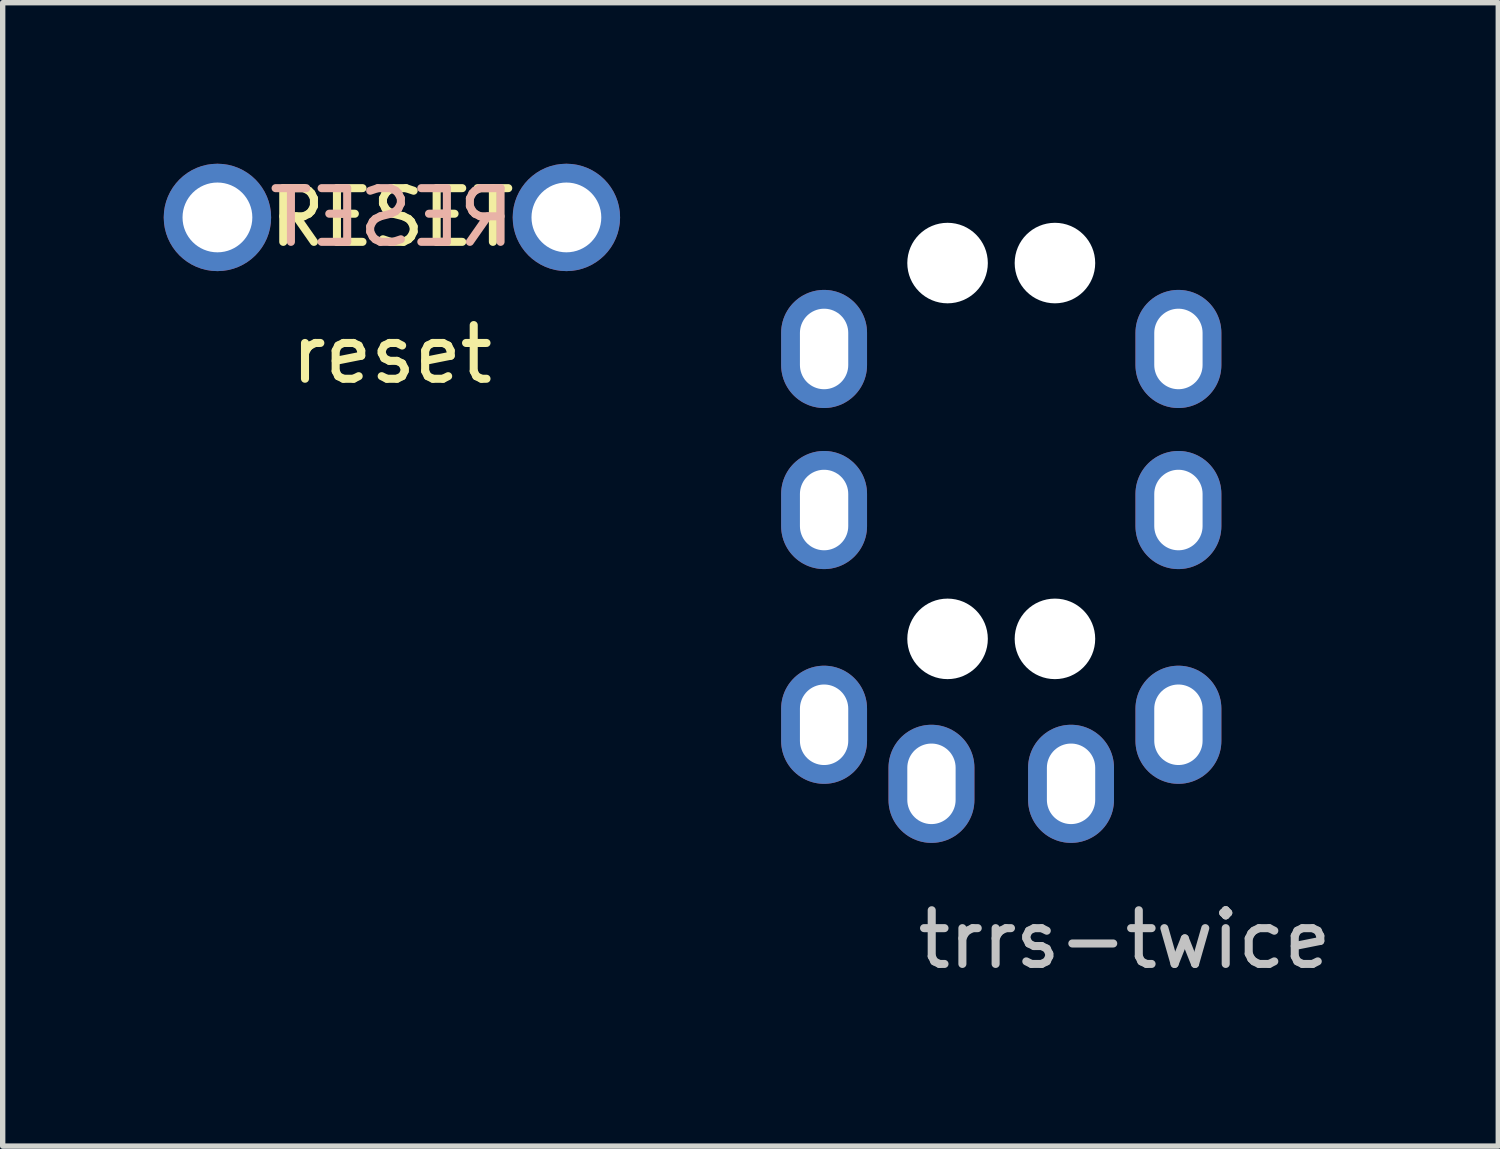
<source format=kicad_pcb>
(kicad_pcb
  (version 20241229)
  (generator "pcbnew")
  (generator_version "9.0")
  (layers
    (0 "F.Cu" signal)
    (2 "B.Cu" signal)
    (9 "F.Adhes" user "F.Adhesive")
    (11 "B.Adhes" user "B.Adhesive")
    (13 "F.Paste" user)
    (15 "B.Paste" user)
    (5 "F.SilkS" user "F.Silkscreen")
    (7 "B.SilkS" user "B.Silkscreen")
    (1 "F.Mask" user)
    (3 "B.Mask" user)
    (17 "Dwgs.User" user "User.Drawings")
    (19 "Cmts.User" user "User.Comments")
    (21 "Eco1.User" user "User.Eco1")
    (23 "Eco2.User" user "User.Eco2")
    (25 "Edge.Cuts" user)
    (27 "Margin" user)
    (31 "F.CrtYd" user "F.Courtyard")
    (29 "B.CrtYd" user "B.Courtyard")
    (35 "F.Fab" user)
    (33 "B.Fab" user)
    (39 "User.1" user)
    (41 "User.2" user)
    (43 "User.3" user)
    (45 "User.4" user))
  (footprint "reset"
    (layer "F.Cu")
    (at 4.25 1)
    (property "Reference" "reset" (at 0 2.55 0) (layer "F.SilkS") (effects (font (size 1 1) (thickness 0.15))))
    (attr through_hole)
    (fp_text user "RESET" (at 0 0 0) (layer "F.SilkS") (effects (font (size 1 1) (thickness 0.15))))
    (fp_text user "RESET" (at 0 0 0) (layer "B.SilkS") (effects (font (size 1 1) (thickness 0.15)) (justify mirror)))
    (pad "1" thru_hole circle (at 3.25 0) (size 2 2) (drill 1.3) (layers "*.Cu" "*.Mask"))
    (pad "2" thru_hole circle (at -3.25 0) (size 2 2) (drill 1.3) (layers "*.Cu" "*.Mask")))
  (footprint "trrs-twice"
    (layer "F.Cu")
    (at 15.6 0.25)
    (property "Reference" "trrs-twice" (at 2.3 14.2 0) (layer "Dwgs.User") (effects (font (size 1 1) (thickness 0.15))))
    (attr through_hole)
    (pad "" np_thru_hole circle (at -1 1.6) (size 1.5 1.5) (drill 1.5) (layers "*.Cu" "*.Mask"))
    (pad "" np_thru_hole circle (at -1 8.6) (size 1.5 1.5) (drill 1.5) (layers "*.Cu" "*.Mask"))
    (pad "" np_thru_hole circle (at 1 1.6) (size 1.5 1.5) (drill 1.5) (layers "*.Cu" "*.Mask"))
    (pad "" np_thru_hole circle (at 1 8.6) (size 1.5 1.5) (drill 1.5) (layers "*.Cu" "*.Mask"))
    (pad "1" thru_hole oval (at -1.3 11.3) (size 1.6 2.2) (drill oval 0.9 1.5) (layers "*.Cu" "*.Mask"))
    (pad "1" thru_hole oval (at 1.3 11.3) (size 1.6 2.2) (drill oval 0.9 1.5) (layers "*.Cu" "*.Mask"))
    (pad "2" thru_hole oval (at -3.3 10.2) (size 1.6 2.2) (drill oval 0.9 1.5) (layers "*.Cu" "*.Mask"))
    (pad "2" thru_hole oval (at 3.3 10.2) (size 1.6 2.2) (drill oval 0.9 1.5) (layers "*.Cu" "*.Mask"))
    (pad "3" thru_hole oval (at -3.3 6.2) (size 1.6 2.2) (drill oval 0.9 1.5) (layers "*.Cu" "*.Mask"))
    (pad "3" thru_hole oval (at 3.3 6.2) (size 1.6 2.2) (drill oval 0.9 1.5) (layers "*.Cu" "*.Mask"))
    (pad "4" thru_hole oval (at -3.3 3.2) (size 1.6 2.2) (drill oval 0.9 1.5) (layers "*.Cu" "*.Mask"))
    (pad "4" thru_hole oval (at 3.3 3.2) (size 1.6 2.2) (drill oval 0.9 1.5) (layers "*.Cu" "*.Mask")))
  (gr_rect
    (start -3 -3)
    (end 24.858 18.298)
    (stroke (width 0.1) (type default))
    (fill no)
    (layer "Edge.Cuts")))
</source>
